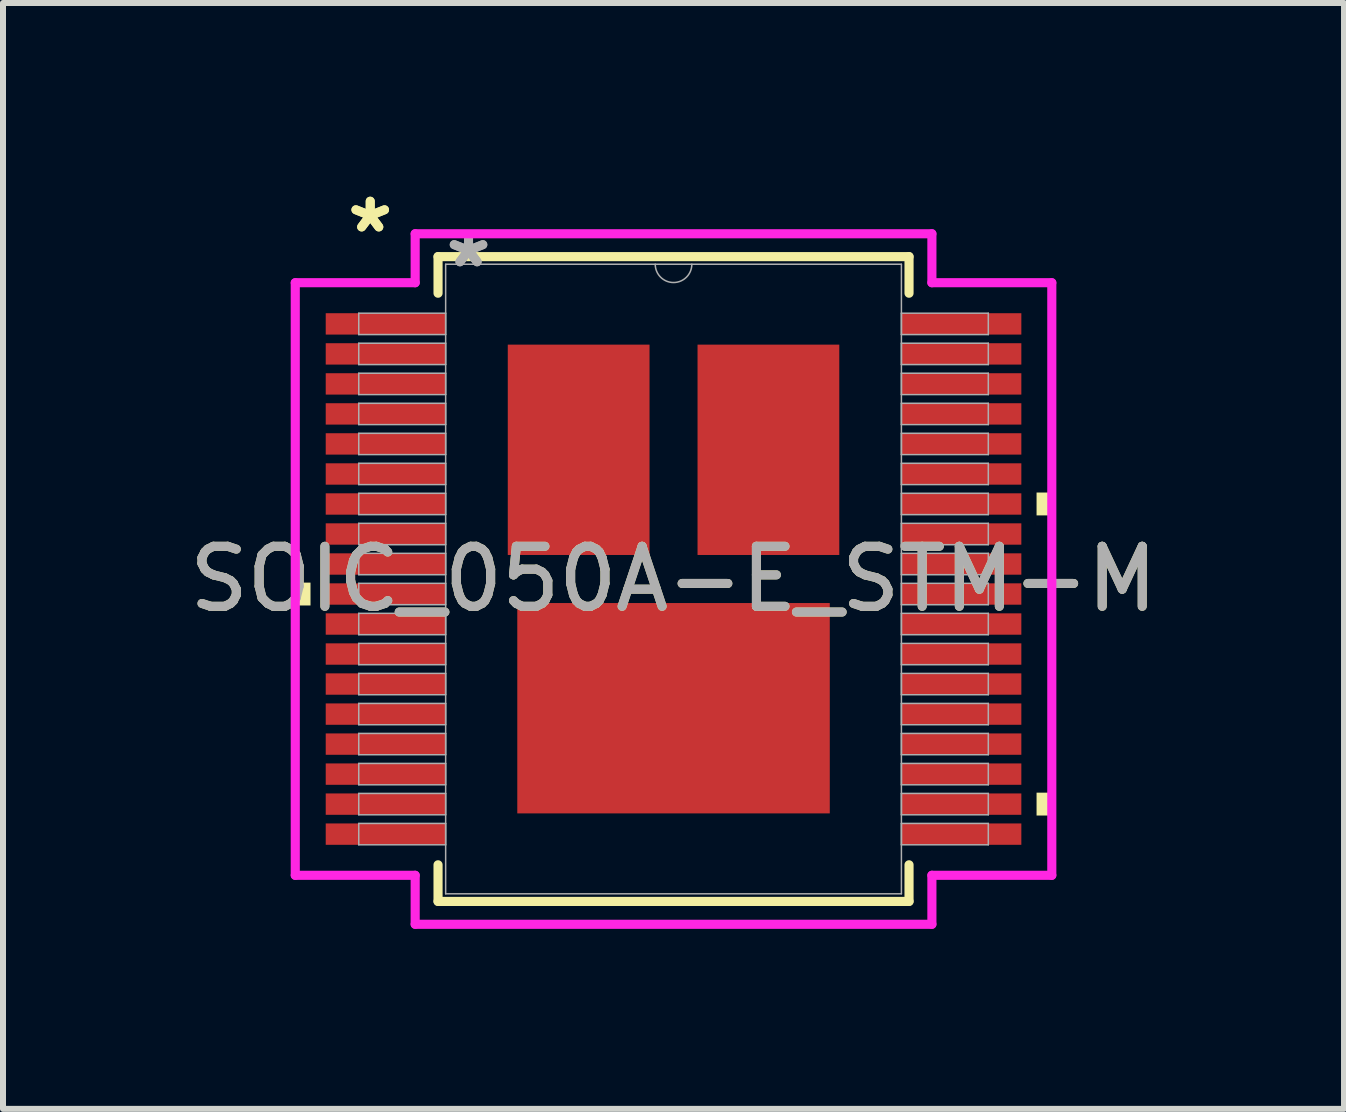
<source format=kicad_pcb>
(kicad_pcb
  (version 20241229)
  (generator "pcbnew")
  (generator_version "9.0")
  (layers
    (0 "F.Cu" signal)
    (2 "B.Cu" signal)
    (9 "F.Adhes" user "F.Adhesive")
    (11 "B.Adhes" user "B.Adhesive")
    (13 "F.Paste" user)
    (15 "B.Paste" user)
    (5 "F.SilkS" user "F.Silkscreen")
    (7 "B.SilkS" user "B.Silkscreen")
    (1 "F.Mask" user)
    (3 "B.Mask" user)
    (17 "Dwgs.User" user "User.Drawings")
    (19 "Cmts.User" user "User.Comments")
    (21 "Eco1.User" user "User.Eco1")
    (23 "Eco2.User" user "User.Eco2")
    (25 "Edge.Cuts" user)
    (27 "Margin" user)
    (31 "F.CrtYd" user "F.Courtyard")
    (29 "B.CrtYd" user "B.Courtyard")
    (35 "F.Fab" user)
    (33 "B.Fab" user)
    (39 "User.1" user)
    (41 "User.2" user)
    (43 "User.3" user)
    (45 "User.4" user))
  (footprint "SOIC_050A-E_STM-M"
    (layer "F.Cu")
    (at 8.173 6.598)
    (property "Reference" "SOIC_050A-E_STM-M" (at 0 0 0) (unlocked yes) (layer "F.SilkS") (effects (font (size 1 1) (thickness 0.15))))
    (attr smd)
    (fp_line (start -3.924 -5.372) (end -3.924 -4.762) (stroke (width 0.152) (type solid)) (layer "F.SilkS"))
    (fp_line (start -3.924 4.762) (end -3.924 5.372) (stroke (width 0.152) (type solid)) (layer "F.SilkS"))
    (fp_line (start -3.924 5.372) (end 3.924 5.372) (stroke (width 0.152) (type solid)) (layer "F.SilkS"))
    (fp_line (start 3.924 -5.372) (end -3.924 -5.372) (stroke (width 0.152) (type solid)) (layer "F.SilkS"))
    (fp_line (start 3.924 -4.762) (end 3.924 -5.372) (stroke (width 0.152) (type solid)) (layer "F.SilkS"))
    (fp_line (start 3.924 5.372) (end 3.924 4.762) (stroke (width 0.152) (type solid)) (layer "F.SilkS"))
    (fp_poly (pts (xy -6.303 0.06) (xy -6.303 0.441) (xy -6.049 0.441) (xy -6.049 0.06)) (stroke (width 0) (type solid)) (fill yes) (layer "F.SilkS"))
    (fp_poly (pts (xy 6.303 -1.441) (xy 6.303 -1.06) (xy 6.049 -1.06) (xy 6.049 -1.441)) (stroke (width 0) (type solid)) (fill yes) (layer "F.SilkS"))
    (fp_poly (pts (xy 6.303 3.56) (xy 6.303 3.941) (xy 6.049 3.941) (xy 6.049 3.56)) (stroke (width 0) (type solid)) (fill yes) (layer "F.SilkS"))
    (fp_line (start -6.303 -4.937) (end -4.305 -4.937) (stroke (width 0.152) (type solid)) (layer "F.CrtYd"))
    (fp_line (start -6.303 4.937) (end -6.303 -4.937) (stroke (width 0.152) (type solid)) (layer "F.CrtYd"))
    (fp_line (start -6.303 4.937) (end -4.305 4.937) (stroke (width 0.152) (type solid)) (layer "F.CrtYd"))
    (fp_line (start -4.305 -5.753) (end 4.305 -5.753) (stroke (width 0.152) (type solid)) (layer "F.CrtYd"))
    (fp_line (start -4.305 -4.937) (end -4.305 -5.753) (stroke (width 0.152) (type solid)) (layer "F.CrtYd"))
    (fp_line (start -4.305 5.753) (end -4.305 4.937) (stroke (width 0.152) (type solid)) (layer "F.CrtYd"))
    (fp_line (start 4.305 -5.753) (end 4.305 -4.937) (stroke (width 0.152) (type solid)) (layer "F.CrtYd"))
    (fp_line (start 4.305 4.937) (end 4.305 5.753) (stroke (width 0.152) (type solid)) (layer "F.CrtYd"))
    (fp_line (start 4.305 5.753) (end -4.305 5.753) (stroke (width 0.152) (type solid)) (layer "F.CrtYd"))
    (fp_line (start 6.303 -4.937) (end 4.305 -4.937) (stroke (width 0.152) (type solid)) (layer "F.CrtYd"))
    (fp_line (start 6.303 -4.937) (end 6.303 4.937) (stroke (width 0.152) (type solid)) (layer "F.CrtYd"))
    (fp_line (start 6.303 4.937) (end 4.305 4.937) (stroke (width 0.152) (type solid)) (layer "F.CrtYd"))
    (fp_line (start -5.245 -4.429) (end -5.245 -4.073) (stroke (width 0.025) (type solid)) (layer "F.Fab"))
    (fp_line (start -5.245 -4.073) (end -3.797 -4.073) (stroke (width 0.025) (type solid)) (layer "F.Fab"))
    (fp_line (start -5.245 -3.929) (end -5.245 -3.573) (stroke (width 0.025) (type solid)) (layer "F.Fab"))
    (fp_line (start -5.245 -3.573) (end -3.797 -3.573) (stroke (width 0.025) (type solid)) (layer "F.Fab"))
    (fp_line (start -5.245 -3.429) (end -5.245 -3.073) (stroke (width 0.025) (type solid)) (layer "F.Fab"))
    (fp_line (start -5.245 -3.073) (end -3.797 -3.073) (stroke (width 0.025) (type solid)) (layer "F.Fab"))
    (fp_line (start -5.245 -2.928) (end -5.245 -2.573) (stroke (width 0.025) (type solid)) (layer "F.Fab"))
    (fp_line (start -5.245 -2.573) (end -3.797 -2.573) (stroke (width 0.025) (type solid)) (layer "F.Fab"))
    (fp_line (start -5.245 -2.428) (end -5.245 -2.073) (stroke (width 0.025) (type solid)) (layer "F.Fab"))
    (fp_line (start -5.245 -2.073) (end -3.797 -2.073) (stroke (width 0.025) (type solid)) (layer "F.Fab"))
    (fp_line (start -5.245 -1.928) (end -5.245 -1.573) (stroke (width 0.025) (type solid)) (layer "F.Fab"))
    (fp_line (start -5.245 -1.573) (end -3.797 -1.573) (stroke (width 0.025) (type solid)) (layer "F.Fab"))
    (fp_line (start -5.245 -1.428) (end -5.245 -1.073) (stroke (width 0.025) (type solid)) (layer "F.Fab"))
    (fp_line (start -5.245 -1.073) (end -3.797 -1.073) (stroke (width 0.025) (type solid)) (layer "F.Fab"))
    (fp_line (start -5.245 -0.928) (end -5.245 -0.572) (stroke (width 0.025) (type solid)) (layer "F.Fab"))
    (fp_line (start -5.245 -0.572) (end -3.797 -0.572) (stroke (width 0.025) (type solid)) (layer "F.Fab"))
    (fp_line (start -5.245 -0.428) (end -5.245 -0.072) (stroke (width 0.025) (type solid)) (layer "F.Fab"))
    (fp_line (start -5.245 -0.072) (end -3.797 -0.072) (stroke (width 0.025) (type solid)) (layer "F.Fab"))
    (fp_line (start -5.245 0.072) (end -5.245 0.428) (stroke (width 0.025) (type solid)) (layer "F.Fab"))
    (fp_line (start -5.245 0.428) (end -3.797 0.428) (stroke (width 0.025) (type solid)) (layer "F.Fab"))
    (fp_line (start -5.245 0.572) (end -5.245 0.928) (stroke (width 0.025) (type solid)) (layer "F.Fab"))
    (fp_line (start -5.245 0.928) (end -3.797 0.928) (stroke (width 0.025) (type solid)) (layer "F.Fab"))
    (fp_line (start -5.245 1.073) (end -5.245 1.428) (stroke (width 0.025) (type solid)) (layer "F.Fab"))
    (fp_line (start -5.245 1.428) (end -3.797 1.428) (stroke (width 0.025) (type solid)) (layer "F.Fab"))
    (fp_line (start -5.245 1.573) (end -5.245 1.928) (stroke (width 0.025) (type solid)) (layer "F.Fab"))
    (fp_line (start -5.245 1.928) (end -3.797 1.928) (stroke (width 0.025) (type solid)) (layer "F.Fab"))
    (fp_line (start -5.245 2.073) (end -5.245 2.428) (stroke (width 0.025) (type solid)) (layer "F.Fab"))
    (fp_line (start -5.245 2.428) (end -3.797 2.428) (stroke (width 0.025) (type solid)) (layer "F.Fab"))
    (fp_line (start -5.245 2.573) (end -5.245 2.928) (stroke (width 0.025) (type solid)) (layer "F.Fab"))
    (fp_line (start -5.245 2.928) (end -3.797 2.928) (stroke (width 0.025) (type solid)) (layer "F.Fab"))
    (fp_line (start -5.245 3.073) (end -5.245 3.429) (stroke (width 0.025) (type solid)) (layer "F.Fab"))
    (fp_line (start -5.245 3.429) (end -3.797 3.429) (stroke (width 0.025) (type solid)) (layer "F.Fab"))
    (fp_line (start -5.245 3.573) (end -5.245 3.929) (stroke (width 0.025) (type solid)) (layer "F.Fab"))
    (fp_line (start -5.245 3.929) (end -3.797 3.929) (stroke (width 0.025) (type solid)) (layer "F.Fab"))
    (fp_line (start -5.245 4.073) (end -5.245 4.429) (stroke (width 0.025) (type solid)) (layer "F.Fab"))
    (fp_line (start -5.245 4.429) (end -3.797 4.429) (stroke (width 0.025) (type solid)) (layer "F.Fab"))
    (fp_line (start -3.797 -5.245) (end -3.797 5.245) (stroke (width 0.025) (type solid)) (layer "F.Fab"))
    (fp_line (start -3.797 -4.429) (end -5.245 -4.429) (stroke (width 0.025) (type solid)) (layer "F.Fab"))
    (fp_line (start -3.797 -4.073) (end -3.797 -4.429) (stroke (width 0.025) (type solid)) (layer "F.Fab"))
    (fp_line (start -3.797 -3.929) (end -5.245 -3.929) (stroke (width 0.025) (type solid)) (layer "F.Fab"))
    (fp_line (start -3.797 -3.573) (end -3.797 -3.929) (stroke (width 0.025) (type solid)) (layer "F.Fab"))
    (fp_line (start -3.797 -3.429) (end -5.245 -3.429) (stroke (width 0.025) (type solid)) (layer "F.Fab"))
    (fp_line (start -3.797 -3.073) (end -3.797 -3.429) (stroke (width 0.025) (type solid)) (layer "F.Fab"))
    (fp_line (start -3.797 -2.928) (end -5.245 -2.928) (stroke (width 0.025) (type solid)) (layer "F.Fab"))
    (fp_line (start -3.797 -2.573) (end -3.797 -2.928) (stroke (width 0.025) (type solid)) (layer "F.Fab"))
    (fp_line (start -3.797 -2.428) (end -5.245 -2.428) (stroke (width 0.025) (type solid)) (layer "F.Fab"))
    (fp_line (start -3.797 -2.073) (end -3.797 -2.428) (stroke (width 0.025) (type solid)) (layer "F.Fab"))
    (fp_line (start -3.797 -1.928) (end -5.245 -1.928) (stroke (width 0.025) (type solid)) (layer "F.Fab"))
    (fp_line (start -3.797 -1.573) (end -3.797 -1.928) (stroke (width 0.025) (type solid)) (layer "F.Fab"))
    (fp_line (start -3.797 -1.428) (end -5.245 -1.428) (stroke (width 0.025) (type solid)) (layer "F.Fab"))
    (fp_line (start -3.797 -1.073) (end -3.797 -1.428) (stroke (width 0.025) (type solid)) (layer "F.Fab"))
    (fp_line (start -3.797 -0.928) (end -5.245 -0.928) (stroke (width 0.025) (type solid)) (layer "F.Fab"))
    (fp_line (start -3.797 -0.572) (end -3.797 -0.928) (stroke (width 0.025) (type solid)) (layer "F.Fab"))
    (fp_line (start -3.797 -0.428) (end -5.245 -0.428) (stroke (width 0.025) (type solid)) (layer "F.Fab"))
    (fp_line (start -3.797 -0.072) (end -3.797 -0.428) (stroke (width 0.025) (type solid)) (layer "F.Fab"))
    (fp_line (start -3.797 0.072) (end -5.245 0.072) (stroke (width 0.025) (type solid)) (layer "F.Fab"))
    (fp_line (start -3.797 0.428) (end -3.797 0.072) (stroke (width 0.025) (type solid)) (layer "F.Fab"))
    (fp_line (start -3.797 0.572) (end -5.245 0.572) (stroke (width 0.025) (type solid)) (layer "F.Fab"))
    (fp_line (start -3.797 0.928) (end -3.797 0.572) (stroke (width 0.025) (type solid)) (layer "F.Fab"))
    (fp_line (start -3.797 1.073) (end -5.245 1.073) (stroke (width 0.025) (type solid)) (layer "F.Fab"))
    (fp_line (start -3.797 1.428) (end -3.797 1.073) (stroke (width 0.025) (type solid)) (layer "F.Fab"))
    (fp_line (start -3.797 1.573) (end -5.245 1.573) (stroke (width 0.025) (type solid)) (layer "F.Fab"))
    (fp_line (start -3.797 1.928) (end -3.797 1.573) (stroke (width 0.025) (type solid)) (layer "F.Fab"))
    (fp_line (start -3.797 2.073) (end -5.245 2.073) (stroke (width 0.025) (type solid)) (layer "F.Fab"))
    (fp_line (start -3.797 2.428) (end -3.797 2.073) (stroke (width 0.025) (type solid)) (layer "F.Fab"))
    (fp_line (start -3.797 2.573) (end -5.245 2.573) (stroke (width 0.025) (type solid)) (layer "F.Fab"))
    (fp_line (start -3.797 2.928) (end -3.797 2.573) (stroke (width 0.025) (type solid)) (layer "F.Fab"))
    (fp_line (start -3.797 3.073) (end -5.245 3.073) (stroke (width 0.025) (type solid)) (layer "F.Fab"))
    (fp_line (start -3.797 3.429) (end -3.797 3.073) (stroke (width 0.025) (type solid)) (layer "F.Fab"))
    (fp_line (start -3.797 3.573) (end -5.245 3.573) (stroke (width 0.025) (type solid)) (layer "F.Fab"))
    (fp_line (start -3.797 3.929) (end -3.797 3.573) (stroke (width 0.025) (type solid)) (layer "F.Fab"))
    (fp_line (start -3.797 4.073) (end -5.245 4.073) (stroke (width 0.025) (type solid)) (layer "F.Fab"))
    (fp_line (start -3.797 4.429) (end -3.797 4.073) (stroke (width 0.025) (type solid)) (layer "F.Fab"))
    (fp_line (start -3.797 5.245) (end 3.797 5.245) (stroke (width 0.025) (type solid)) (layer "F.Fab"))
    (fp_line (start 3.797 -5.245) (end -3.797 -5.245) (stroke (width 0.025) (type solid)) (layer "F.Fab"))
    (fp_line (start 3.797 -4.429) (end 3.797 -4.073) (stroke (width 0.025) (type solid)) (layer "F.Fab"))
    (fp_line (start 3.797 -4.073) (end 5.245 -4.073) (stroke (width 0.025) (type solid)) (layer "F.Fab"))
    (fp_line (start 3.797 -3.929) (end 3.797 -3.573) (stroke (width 0.025) (type solid)) (layer "F.Fab"))
    (fp_line (start 3.797 -3.573) (end 5.245 -3.573) (stroke (width 0.025) (type solid)) (layer "F.Fab"))
    (fp_line (start 3.797 -3.429) (end 3.797 -3.073) (stroke (width 0.025) (type solid)) (layer "F.Fab"))
    (fp_line (start 3.797 -3.073) (end 5.245 -3.073) (stroke (width 0.025) (type solid)) (layer "F.Fab"))
    (fp_line (start 3.797 -2.928) (end 3.797 -2.573) (stroke (width 0.025) (type solid)) (layer "F.Fab"))
    (fp_line (start 3.797 -2.573) (end 5.245 -2.573) (stroke (width 0.025) (type solid)) (layer "F.Fab"))
    (fp_line (start 3.797 -2.428) (end 3.797 -2.073) (stroke (width 0.025) (type solid)) (layer "F.Fab"))
    (fp_line (start 3.797 -2.073) (end 5.245 -2.073) (stroke (width 0.025) (type solid)) (layer "F.Fab"))
    (fp_line (start 3.797 -1.928) (end 3.797 -1.573) (stroke (width 0.025) (type solid)) (layer "F.Fab"))
    (fp_line (start 3.797 -1.573) (end 5.245 -1.573) (stroke (width 0.025) (type solid)) (layer "F.Fab"))
    (fp_line (start 3.797 -1.428) (end 3.797 -1.073) (stroke (width 0.025) (type solid)) (layer "F.Fab"))
    (fp_line (start 3.797 -1.073) (end 5.245 -1.073) (stroke (width 0.025) (type solid)) (layer "F.Fab"))
    (fp_line (start 3.797 -0.928) (end 3.797 -0.572) (stroke (width 0.025) (type solid)) (layer "F.Fab"))
    (fp_line (start 3.797 -0.572) (end 5.245 -0.572) (stroke (width 0.025) (type solid)) (layer "F.Fab"))
    (fp_line (start 3.797 -0.428) (end 3.797 -0.072) (stroke (width 0.025) (type solid)) (layer "F.Fab"))
    (fp_line (start 3.797 -0.072) (end 5.245 -0.072) (stroke (width 0.025) (type solid)) (layer "F.Fab"))
    (fp_line (start 3.797 0.072) (end 3.797 0.428) (stroke (width 0.025) (type solid)) (layer "F.Fab"))
    (fp_line (start 3.797 0.428) (end 5.245 0.428) (stroke (width 0.025) (type solid)) (layer "F.Fab"))
    (fp_line (start 3.797 0.572) (end 3.797 0.928) (stroke (width 0.025) (type solid)) (layer "F.Fab"))
    (fp_line (start 3.797 0.928) (end 5.245 0.928) (stroke (width 0.025) (type solid)) (layer "F.Fab"))
    (fp_line (start 3.797 1.073) (end 3.797 1.428) (stroke (width 0.025) (type solid)) (layer "F.Fab"))
    (fp_line (start 3.797 1.428) (end 5.245 1.428) (stroke (width 0.025) (type solid)) (layer "F.Fab"))
    (fp_line (start 3.797 1.573) (end 3.797 1.928) (stroke (width 0.025) (type solid)) (layer "F.Fab"))
    (fp_line (start 3.797 1.928) (end 5.245 1.928) (stroke (width 0.025) (type solid)) (layer "F.Fab"))
    (fp_line (start 3.797 2.073) (end 3.797 2.428) (stroke (width 0.025) (type solid)) (layer "F.Fab"))
    (fp_line (start 3.797 2.428) (end 5.245 2.428) (stroke (width 0.025) (type solid)) (layer "F.Fab"))
    (fp_line (start 3.797 2.573) (end 3.797 2.928) (stroke (width 0.025) (type solid)) (layer "F.Fab"))
    (fp_line (start 3.797 2.928) (end 5.245 2.928) (stroke (width 0.025) (type solid)) (layer "F.Fab"))
    (fp_line (start 3.797 3.073) (end 3.797 3.429) (stroke (width 0.025) (type solid)) (layer "F.Fab"))
    (fp_line (start 3.797 3.429) (end 5.245 3.429) (stroke (width 0.025) (type solid)) (layer "F.Fab"))
    (fp_line (start 3.797 3.573) (end 3.797 3.929) (stroke (width 0.025) (type solid)) (layer "F.Fab"))
    (fp_line (start 3.797 3.929) (end 5.245 3.929) (stroke (width 0.025) (type solid)) (layer "F.Fab"))
    (fp_line (start 3.797 4.073) (end 3.797 4.429) (stroke (width 0.025) (type solid)) (layer "F.Fab"))
    (fp_line (start 3.797 4.429) (end 5.245 4.429) (stroke (width 0.025) (type solid)) (layer "F.Fab"))
    (fp_line (start 3.797 5.245) (end 3.797 -5.245) (stroke (width 0.025) (type solid)) (layer "F.Fab"))
    (fp_line (start 5.245 -4.429) (end 3.797 -4.429) (stroke (width 0.025) (type solid)) (layer "F.Fab"))
    (fp_line (start 5.245 -4.073) (end 5.245 -4.429) (stroke (width 0.025) (type solid)) (layer "F.Fab"))
    (fp_line (start 5.245 -3.929) (end 3.797 -3.929) (stroke (width 0.025) (type solid)) (layer "F.Fab"))
    (fp_line (start 5.245 -3.573) (end 5.245 -3.929) (stroke (width 0.025) (type solid)) (layer "F.Fab"))
    (fp_line (start 5.245 -3.429) (end 3.797 -3.429) (stroke (width 0.025) (type solid)) (layer "F.Fab"))
    (fp_line (start 5.245 -3.073) (end 5.245 -3.429) (stroke (width 0.025) (type solid)) (layer "F.Fab"))
    (fp_line (start 5.245 -2.928) (end 3.797 -2.928) (stroke (width 0.025) (type solid)) (layer "F.Fab"))
    (fp_line (start 5.245 -2.573) (end 5.245 -2.928) (stroke (width 0.025) (type solid)) (layer "F.Fab"))
    (fp_line (start 5.245 -2.428) (end 3.797 -2.428) (stroke (width 0.025) (type solid)) (layer "F.Fab"))
    (fp_line (start 5.245 -2.073) (end 5.245 -2.428) (stroke (width 0.025) (type solid)) (layer "F.Fab"))
    (fp_line (start 5.245 -1.928) (end 3.797 -1.928) (stroke (width 0.025) (type solid)) (layer "F.Fab"))
    (fp_line (start 5.245 -1.573) (end 5.245 -1.928) (stroke (width 0.025) (type solid)) (layer "F.Fab"))
    (fp_line (start 5.245 -1.428) (end 3.797 -1.428) (stroke (width 0.025) (type solid)) (layer "F.Fab"))
    (fp_line (start 5.245 -1.073) (end 5.245 -1.428) (stroke (width 0.025) (type solid)) (layer "F.Fab"))
    (fp_line (start 5.245 -0.928) (end 3.797 -0.928) (stroke (width 0.025) (type solid)) (layer "F.Fab"))
    (fp_line (start 5.245 -0.572) (end 5.245 -0.928) (stroke (width 0.025) (type solid)) (layer "F.Fab"))
    (fp_line (start 5.245 -0.428) (end 3.797 -0.428) (stroke (width 0.025) (type solid)) (layer "F.Fab"))
    (fp_line (start 5.245 -0.072) (end 5.245 -0.428) (stroke (width 0.025) (type solid)) (layer "F.Fab"))
    (fp_line (start 5.245 0.072) (end 3.797 0.072) (stroke (width 0.025) (type solid)) (layer "F.Fab"))
    (fp_line (start 5.245 0.428) (end 5.245 0.072) (stroke (width 0.025) (type solid)) (layer "F.Fab"))
    (fp_line (start 5.245 0.572) (end 3.797 0.572) (stroke (width 0.025) (type solid)) (layer "F.Fab"))
    (fp_line (start 5.245 0.928) (end 5.245 0.572) (stroke (width 0.025) (type solid)) (layer "F.Fab"))
    (fp_line (start 5.245 1.073) (end 3.797 1.073) (stroke (width 0.025) (type solid)) (layer "F.Fab"))
    (fp_line (start 5.245 1.428) (end 5.245 1.073) (stroke (width 0.025) (type solid)) (layer "F.Fab"))
    (fp_line (start 5.245 1.573) (end 3.797 1.573) (stroke (width 0.025) (type solid)) (layer "F.Fab"))
    (fp_line (start 5.245 1.928) (end 5.245 1.573) (stroke (width 0.025) (type solid)) (layer "F.Fab"))
    (fp_line (start 5.245 2.073) (end 3.797 2.073) (stroke (width 0.025) (type solid)) (layer "F.Fab"))
    (fp_line (start 5.245 2.428) (end 5.245 2.073) (stroke (width 0.025) (type solid)) (layer "F.Fab"))
    (fp_line (start 5.245 2.573) (end 3.797 2.573) (stroke (width 0.025) (type solid)) (layer "F.Fab"))
    (fp_line (start 5.245 2.928) (end 5.245 2.573) (stroke (width 0.025) (type solid)) (layer "F.Fab"))
    (fp_line (start 5.245 3.073) (end 3.797 3.073) (stroke (width 0.025) (type solid)) (layer "F.Fab"))
    (fp_line (start 5.245 3.429) (end 5.245 3.073) (stroke (width 0.025) (type solid)) (layer "F.Fab"))
    (fp_line (start 5.245 3.573) (end 3.797 3.573) (stroke (width 0.025) (type solid)) (layer "F.Fab"))
    (fp_line (start 5.245 3.929) (end 5.245 3.573) (stroke (width 0.025) (type solid)) (layer "F.Fab"))
    (fp_line (start 5.245 4.073) (end 3.797 4.073) (stroke (width 0.025) (type solid)) (layer "F.Fab"))
    (fp_line (start 5.245 4.429) (end 5.245 4.073) (stroke (width 0.025) (type solid)) (layer "F.Fab"))
    (fp_arc (start 0.3048 -5.2451) (mid 0 -4.9403) (end -0.3048 -5.2451) (stroke (width 0.0254) (type solid)) (layer "F.Fab"))
    (fp_text user "*" (at -5.054 -5.75 0) (layer "F.SilkS") (effects (font (size 1 1) (thickness 0.15))))
    (fp_text user "*" (at -5.054 -5.75 0) (unlocked yes) (layer "F.SilkS") (effects (font (size 1 1) (thickness 0.15))))
    (fp_text user "${REFERENCE}" (at 0 0 0) (unlocked yes) (layer "F.Fab") (effects (font (size 1 1) (thickness 0.15))))
    (fp_text user "*" (at -3.416 -5.169 0) (layer "F.Fab") (effects (font (size 1 1) (thickness 0.15))))
    (fp_text user "*" (at -3.416 -5.169 0) (unlocked yes) (layer "F.Fab") (effects (font (size 1 1) (thickness 0.15))))
    (pad "1" smd rect (at -4.8 -4.251) (size 1.991 0.356) (layers "F.Cu" "F.Mask" "F.Paste"))
    (pad "2" smd rect (at -4.8 -3.751) (size 1.991 0.356) (layers "F.Cu" "F.Mask" "F.Paste"))
    (pad "3" smd rect (at -4.8 -3.251) (size 1.991 0.356) (layers "F.Cu" "F.Mask" "F.Paste"))
    (pad "4" smd rect (at -4.8 -2.751) (size 1.991 0.356) (layers "F.Cu" "F.Mask" "F.Paste"))
    (pad "5" smd rect (at -4.8 -2.251) (size 1.991 0.356) (layers "F.Cu" "F.Mask" "F.Paste"))
    (pad "6" smd rect (at -4.8 -1.75) (size 1.991 0.356) (layers "F.Cu" "F.Mask" "F.Paste"))
    (pad "7" smd rect (at -4.8 -1.25) (size 1.991 0.356) (layers "F.Cu" "F.Mask" "F.Paste"))
    (pad "8" smd rect (at -4.8 -0.75) (size 1.991 0.356) (layers "F.Cu" "F.Mask" "F.Paste"))
    (pad "9" smd rect (at -4.8 -0.25) (size 1.991 0.356) (layers "F.Cu" "F.Mask" "F.Paste"))
    (pad "10" smd rect (at -4.8 0.25) (size 1.991 0.356) (layers "F.Cu" "F.Mask" "F.Paste"))
    (pad "11" smd rect (at -4.8 0.75) (size 1.991 0.356) (layers "F.Cu" "F.Mask" "F.Paste"))
    (pad "12" smd rect (at -4.8 1.25) (size 1.991 0.356) (layers "F.Cu" "F.Mask" "F.Paste"))
    (pad "13" smd rect (at -4.8 1.75) (size 1.991 0.356) (layers "F.Cu" "F.Mask" "F.Paste"))
    (pad "14" smd rect (at -4.8 2.251) (size 1.991 0.356) (layers "F.Cu" "F.Mask" "F.Paste"))
    (pad "15" smd rect (at -4.8 2.751) (size 1.991 0.356) (layers "F.Cu" "F.Mask" "F.Paste"))
    (pad "16" smd rect (at -4.8 3.251) (size 1.991 0.356) (layers "F.Cu" "F.Mask" "F.Paste"))
    (pad "17" smd rect (at -4.8 3.751) (size 1.991 0.356) (layers "F.Cu" "F.Mask" "F.Paste"))
    (pad "18" smd rect (at -4.8 4.251) (size 1.991 0.356) (layers "F.Cu" "F.Mask" "F.Paste"))
    (pad "19" smd rect (at 4.8 4.251) (size 1.991 0.356) (layers "F.Cu" "F.Mask" "F.Paste"))
    (pad "20" smd rect (at 4.8 3.751) (size 1.991 0.356) (layers "F.Cu" "F.Mask" "F.Paste"))
    (pad "21" smd rect (at 4.8 3.251) (size 1.991 0.356) (layers "F.Cu" "F.Mask" "F.Paste"))
    (pad "22" smd rect (at 4.8 2.751) (size 1.991 0.356) (layers "F.Cu" "F.Mask" "F.Paste"))
    (pad "23" smd rect (at 4.8 2.251) (size 1.991 0.356) (layers "F.Cu" "F.Mask" "F.Paste"))
    (pad "24" smd rect (at 4.8 1.75) (size 1.991 0.356) (layers "F.Cu" "F.Mask" "F.Paste"))
    (pad "25" smd rect (at 4.8 1.25) (size 1.991 0.356) (layers "F.Cu" "F.Mask" "F.Paste"))
    (pad "26" smd rect (at 4.8 0.75) (size 1.991 0.356) (layers "F.Cu" "F.Mask" "F.Paste"))
    (pad "27" smd rect (at 4.8 0.25) (size 1.991 0.356) (layers "F.Cu" "F.Mask" "F.Paste"))
    (pad "28" smd rect (at 4.8 -0.25) (size 1.991 0.356) (layers "F.Cu" "F.Mask" "F.Paste"))
    (pad "29" smd rect (at 4.8 -0.75) (size 1.991 0.356) (layers "F.Cu" "F.Mask" "F.Paste"))
    (pad "30" smd rect (at 4.8 -1.25) (size 1.991 0.356) (layers "F.Cu" "F.Mask" "F.Paste"))
    (pad "31" smd rect (at 4.8 -1.75) (size 1.991 0.356) (layers "F.Cu" "F.Mask" "F.Paste"))
    (pad "32" smd rect (at 4.8 -2.251) (size 1.991 0.356) (layers "F.Cu" "F.Mask" "F.Paste"))
    (pad "33" smd rect (at 4.8 -2.751) (size 1.991 0.356) (layers "F.Cu" "F.Mask" "F.Paste"))
    (pad "34" smd rect (at 4.8 -3.251) (size 1.991 0.356) (layers "F.Cu" "F.Mask" "F.Paste"))
    (pad "35" smd rect (at 4.8 -3.751) (size 1.991 0.356) (layers "F.Cu" "F.Mask" "F.Paste"))
    (pad "36" smd rect (at 4.8 -4.251) (size 1.991 0.356) (layers "F.Cu" "F.Mask" "F.Paste"))
    (pad "37" smd rect (at 0 2.153) (size 5.207 3.505) (layers "F.Cu" "F.Mask" "F.Paste"))
    (pad "38" smd rect (at -1.581 -2.153) (size 2.362 3.505) (layers "F.Cu" "F.Mask" "F.Paste"))
    (pad "39" smd rect (at 1.581 -2.153) (size 2.362 3.505) (layers "F.Cu" "F.Mask" "F.Paste")))
  (gr_rect
    (start -3 -3)
    (end 19.345 15.427)
    (stroke (width 0.1) (type default))
    (fill no)
    (layer "Edge.Cuts")))
</source>
